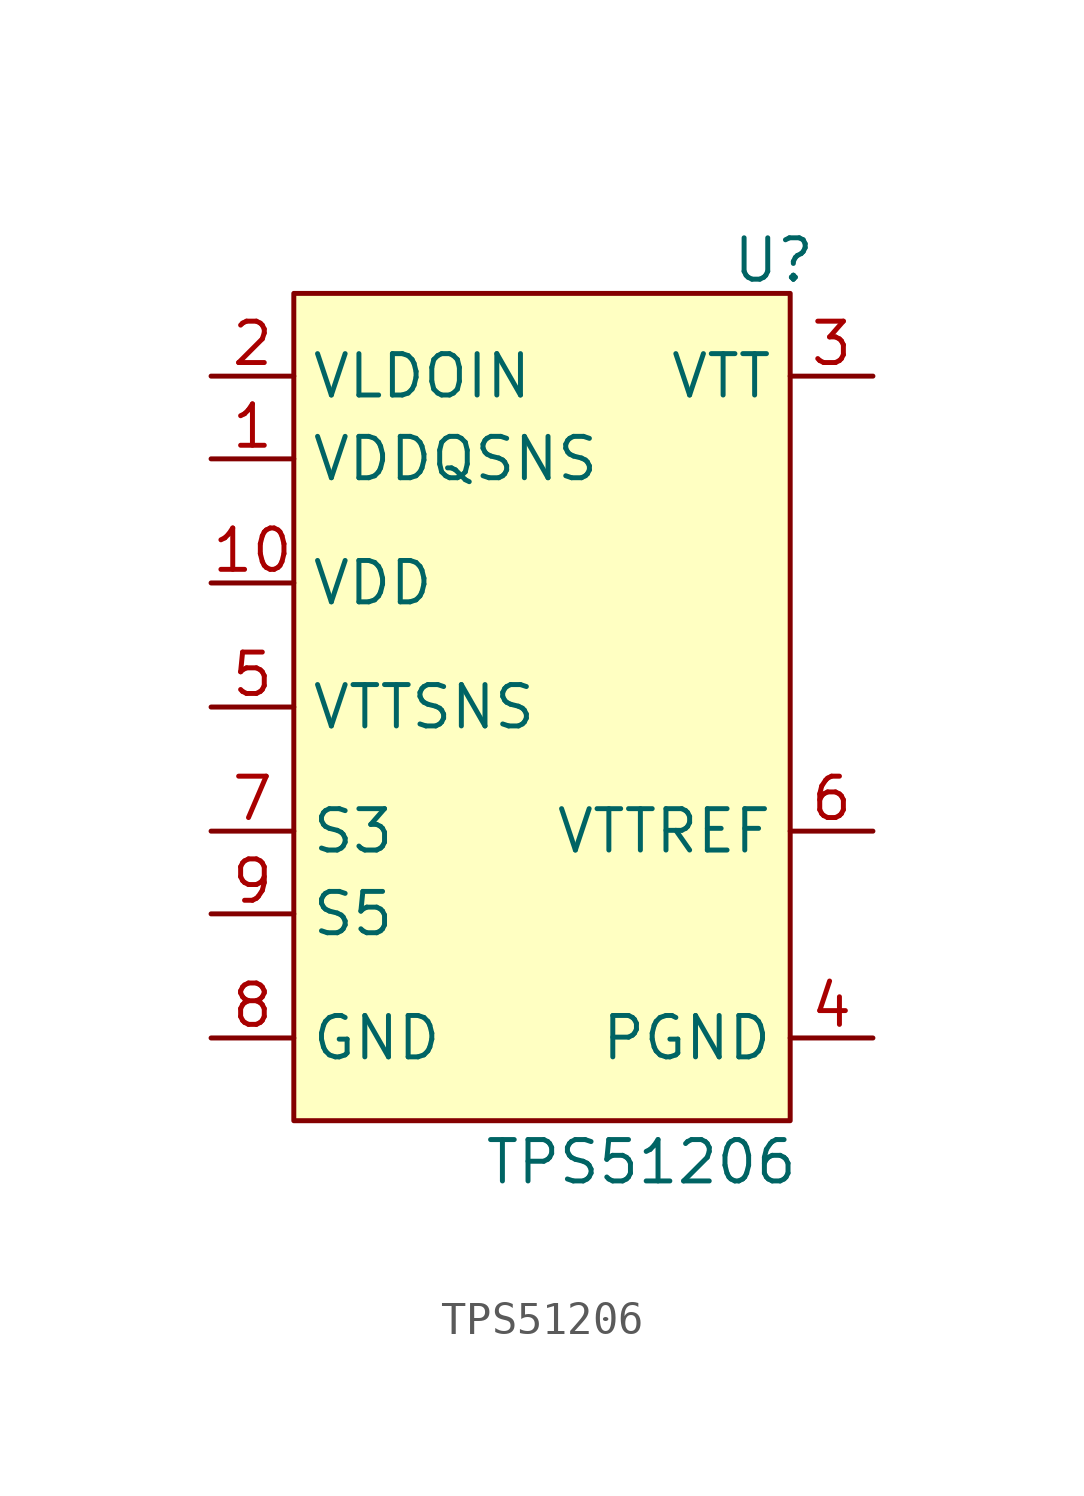
<source format=kicad_sym>
(kicad_symbol_lib
  (version 20241209)
  (generator "kicad_symbol_editor")
  (generator_version "9.0")
  (symbol "TPS51206"
    (property "Reference" "U"
      (at 7.112 12.446 0)
      (effects (font (size 1.27 1.27))))
    (property "Value" "TPS51206"
      (at 3.048 -15.24 0)
      (effects (font (size 1.27 1.27))))
    (symbol "TPS51206_1_1"
      (rectangle (start -7.62 11.43) (end 7.62 -13.97) (stroke (width 0) (type solid)) (fill (type background)))
      (pin input line (at -10.16 8.89 0) (length 2.54) (name "VLDOIN" (effects (font (size 1.27 1.27)))) (number "2" (effects (font (size 1.27 1.27)))))
      (pin input line (at -10.16 6.35 0) (length 2.54) (name "VDDQSNS" (effects (font (size 1.27 1.27)))) (number "1" (effects (font (size 1.27 1.27)))))
      (pin power_in line (at -10.16 2.54 0) (length 2.54) (name "VDD" (effects (font (size 1.27 1.27)))) (number "10" (effects (font (size 1.27 1.27)))))
      (pin input line (at -10.16 -1.27 0) (length 2.54) (name "VTTSNS" (effects (font (size 1.27 1.27)))) (number "5" (effects (font (size 1.27 1.27)))))
      (pin input line (at -10.16 -5.08 0) (length 2.54) (name "S3" (effects (font (size 1.27 1.27)))) (number "7" (effects (font (size 1.27 1.27)))))
      (pin input line (at -10.16 -7.62 0) (length 2.54) (name "S5" (effects (font (size 1.27 1.27)))) (number "9" (effects (font (size 1.27 1.27)))))
      (pin power_in line (at -10.16 -11.43 0) (length 2.54) (name "GND" (effects (font (size 1.27 1.27)))) (number "8" (effects (font (size 1.27 1.27)))))
      (pin power_out line (at 10.16 8.89 180) (length 2.54) (name "VTT" (effects (font (size 1.27 1.27)))) (number "3" (effects (font (size 1.27 1.27)))))
      (pin output line (at 10.16 -5.08 180) (length 2.54) (name "VTTREF" (effects (font (size 1.27 1.27)))) (number "6" (effects (font (size 1.27 1.27)))))
      (pin input line (at 10.16 -11.43 180) (length 2.54) (name "PGND" (effects (font (size 1.27 1.27)))) (number "4" (effects (font (size 1.27 1.27))))))))
</source>
